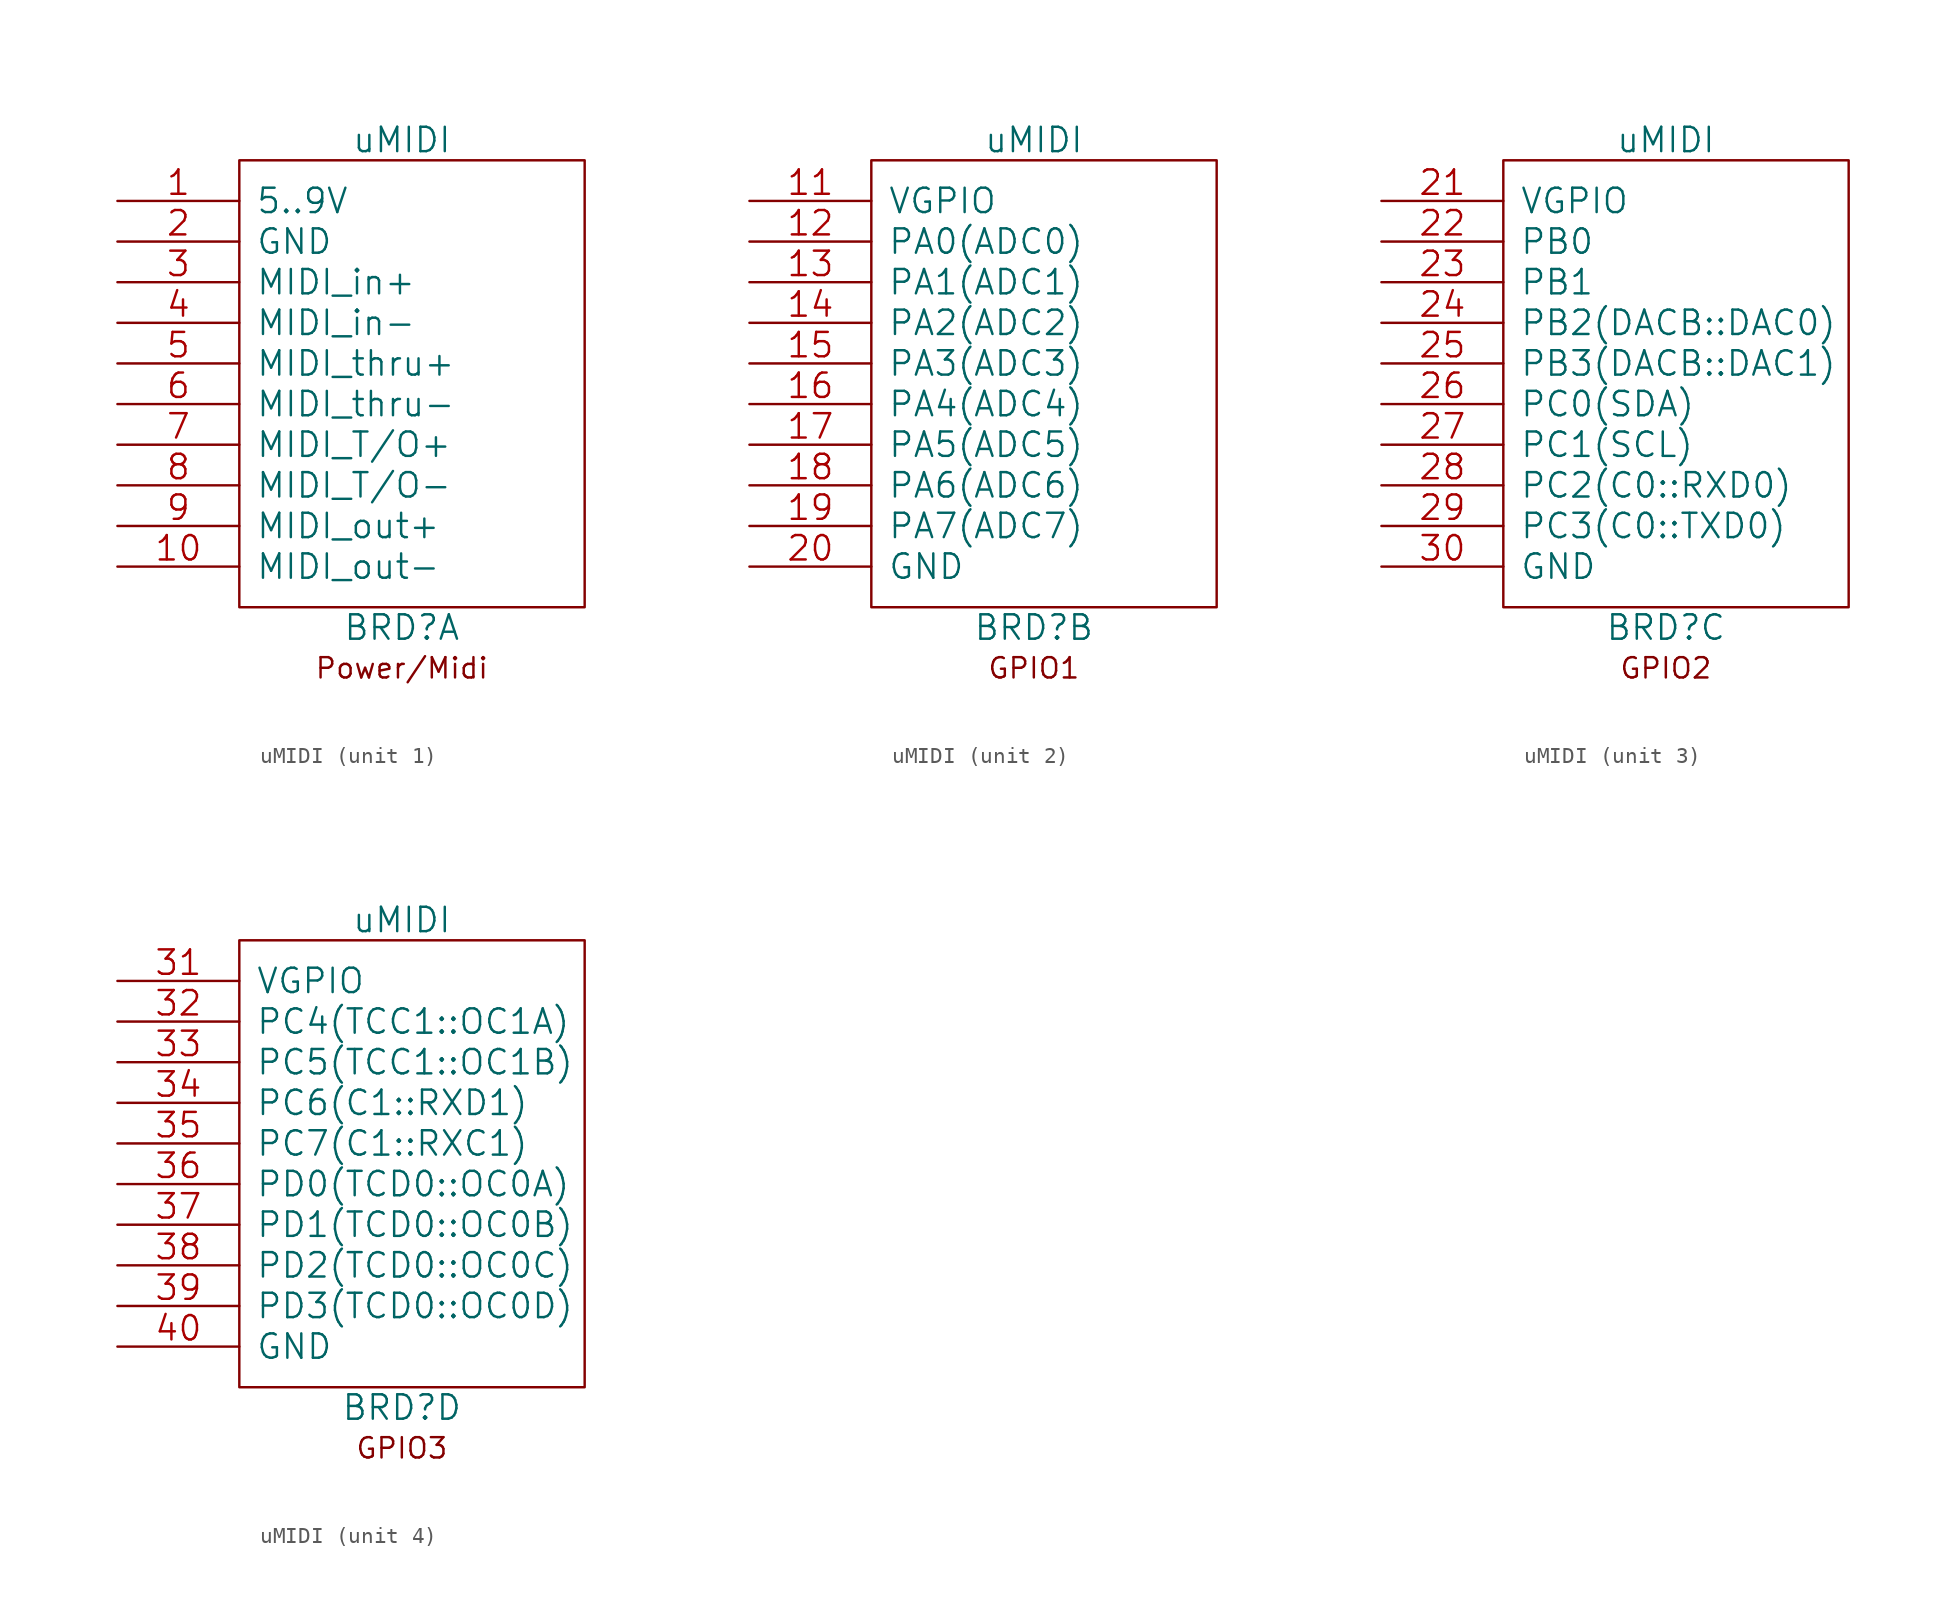
<source format=kicad_sym>
(kicad_symbol_lib
  (version 20220914)
  (generator kicad_symbol_editor)
  (symbol "uMIDI"
    (pin_names
      (offset 1.016))
    (property "Reference" "BRD"
      (at 0 -15.24 0)
      (effects (font (size 1.524 1.524))))
    (property "Value" "uMIDI"
      (at 0 15.24 0)
      (effects (font (size 1.524 1.524))))
    (property "Footprint" ""
      (at -5.08 0 0)
      (effects (font (size 1.524 1.524))))
    (property "Datasheet" ""
      (at -5.08 0 0)
      (effects (font (size 1.524 1.524))))
    (property "ki_locked" ""
      (at 0 0 0)
      (effects (font (size 1.27 1.27))))
    (symbol "uMIDI_0_1"
      (rectangle (start -10.16 13.97) (end 11.43 -13.97) (stroke (width 0) (type solid)) (fill (type none))))
    (symbol "uMIDI_1_1"
      (text "Power/Midi" (at 0 -17.78 0) (effects (font (size 1.27 1.27))))
      (pin power_in line (at -17.78 11.43 0) (length 7.62) (name "5..9V" (effects (font (size 1.524 1.524)))) (number "1" (effects (font (size 1.524 1.524)))))
      (pin input line (at -17.78 -11.43 0) (length 7.62) (name "MIDI_out-" (effects (font (size 1.524 1.524)))) (number "10" (effects (font (size 1.524 1.524)))))
      (pin power_in line (at -17.78 8.89 0) (length 7.62) (name "GND" (effects (font (size 1.524 1.524)))) (number "2" (effects (font (size 1.524 1.524)))))
      (pin input line (at -17.78 6.35 0) (length 7.62) (name "MIDI_in+" (effects (font (size 1.524 1.524)))) (number "3" (effects (font (size 1.524 1.524)))))
      (pin output line (at -17.78 3.81 0) (length 7.62) (name "MIDI_in-" (effects (font (size 1.524 1.524)))) (number "4" (effects (font (size 1.524 1.524)))))
      (pin output line (at -17.78 1.27 0) (length 7.62) (name "MIDI_thru+" (effects (font (size 1.524 1.524)))) (number "5" (effects (font (size 1.524 1.524)))))
      (pin input line (at -17.78 -1.27 0) (length 7.62) (name "MIDI_thru-" (effects (font (size 1.524 1.524)))) (number "6" (effects (font (size 1.524 1.524)))))
      (pin output line (at -17.78 -3.81 0) (length 7.62) (name "MIDI_T/O+" (effects (font (size 1.524 1.524)))) (number "7" (effects (font (size 1.524 1.524)))))
      (pin input line (at -17.78 -6.35 0) (length 7.62) (name "MIDI_T/O-" (effects (font (size 1.524 1.524)))) (number "8" (effects (font (size 1.524 1.524)))))
      (pin output line (at -17.78 -8.89 0) (length 7.62) (name "MIDI_out+" (effects (font (size 1.524 1.524)))) (number "9" (effects (font (size 1.524 1.524))))))
    (symbol "uMIDI_2_1"
      (text "GPIO1" (at 0 -17.78 0) (effects (font (size 1.27 1.27))))
      (pin power_out line (at -17.78 11.43 0) (length 7.62) (name "VGPIO" (effects (font (size 1.524 1.524)))) (number "11" (effects (font (size 1.524 1.524)))))
      (pin bidirectional line (at -17.78 8.89 0) (length 7.62) (name "PA0(ADC0)" (effects (font (size 1.524 1.524)))) (number "12" (effects (font (size 1.524 1.524)))))
      (pin bidirectional line (at -17.78 6.35 0) (length 7.62) (name "PA1(ADC1)" (effects (font (size 1.524 1.524)))) (number "13" (effects (font (size 1.524 1.524)))))
      (pin bidirectional line (at -17.78 3.81 0) (length 7.62) (name "PA2(ADC2)" (effects (font (size 1.524 1.524)))) (number "14" (effects (font (size 1.524 1.524)))))
      (pin bidirectional line (at -17.78 1.27 0) (length 7.62) (name "PA3(ADC3)" (effects (font (size 1.524 1.524)))) (number "15" (effects (font (size 1.524 1.524)))))
      (pin bidirectional line (at -17.78 -1.27 0) (length 7.62) (name "PA4(ADC4)" (effects (font (size 1.524 1.524)))) (number "16" (effects (font (size 1.524 1.524)))))
      (pin bidirectional line (at -17.78 -3.81 0) (length 7.62) (name "PA5(ADC5)" (effects (font (size 1.524 1.524)))) (number "17" (effects (font (size 1.524 1.524)))))
      (pin bidirectional line (at -17.78 -6.35 0) (length 7.62) (name "PA6(ADC6)" (effects (font (size 1.524 1.524)))) (number "18" (effects (font (size 1.524 1.524)))))
      (pin bidirectional line (at -17.78 -8.89 0) (length 7.62) (name "PA7(ADC7)" (effects (font (size 1.524 1.524)))) (number "19" (effects (font (size 1.524 1.524)))))
      (pin power_out line (at -17.78 -11.43 0) (length 7.62) (name "GND" (effects (font (size 1.524 1.524)))) (number "20" (effects (font (size 1.524 1.524))))))
    (symbol "uMIDI_3_1"
      (text "GPIO2" (at 0 -17.78 0) (effects (font (size 1.27 1.27))))
      (pin power_out line (at -17.78 11.43 0) (length 7.62) (name "VGPIO" (effects (font (size 1.524 1.524)))) (number "21" (effects (font (size 1.524 1.524)))))
      (pin bidirectional line (at -17.78 8.89 0) (length 7.62) (name "PB0" (effects (font (size 1.524 1.524)))) (number "22" (effects (font (size 1.524 1.524)))))
      (pin bidirectional line (at -17.78 6.35 0) (length 7.62) (name "PB1" (effects (font (size 1.524 1.524)))) (number "23" (effects (font (size 1.524 1.524)))))
      (pin bidirectional line (at -17.78 3.81 0) (length 7.62) (name "PB2(DACB::DAC0)" (effects (font (size 1.524 1.524)))) (number "24" (effects (font (size 1.524 1.524)))))
      (pin bidirectional line (at -17.78 1.27 0) (length 7.62) (name "PB3(DACB::DAC1)" (effects (font (size 1.524 1.524)))) (number "25" (effects (font (size 1.524 1.524)))))
      (pin bidirectional line (at -17.78 -1.27 0) (length 7.62) (name "PC0(SDA)" (effects (font (size 1.524 1.524)))) (number "26" (effects (font (size 1.524 1.524)))))
      (pin bidirectional line (at -17.78 -3.81 0) (length 7.62) (name "PC1(SCL)" (effects (font (size 1.524 1.524)))) (number "27" (effects (font (size 1.524 1.524)))))
      (pin bidirectional line (at -17.78 -6.35 0) (length 7.62) (name "PC2(C0::RXD0)" (effects (font (size 1.524 1.524)))) (number "28" (effects (font (size 1.524 1.524)))))
      (pin bidirectional line (at -17.78 -8.89 0) (length 7.62) (name "PC3(C0::TXD0)" (effects (font (size 1.524 1.524)))) (number "29" (effects (font (size 1.524 1.524)))))
      (pin power_out line (at -17.78 -11.43 0) (length 7.62) (name "GND" (effects (font (size 1.524 1.524)))) (number "30" (effects (font (size 1.524 1.524))))))
    (symbol "uMIDI_4_1"
      (text "GPIO3" (at 0 -17.78 0) (effects (font (size 1.27 1.27))))
      (pin power_out line (at -17.78 11.43 0) (length 7.62) (name "VGPIO" (effects (font (size 1.524 1.524)))) (number "31" (effects (font (size 1.524 1.524)))))
      (pin bidirectional line (at -17.78 8.89 0) (length 7.62) (name "PC4(TCC1::OC1A)" (effects (font (size 1.524 1.524)))) (number "32" (effects (font (size 1.524 1.524)))))
      (pin bidirectional line (at -17.78 6.35 0) (length 7.62) (name "PC5(TCC1::OC1B)" (effects (font (size 1.524 1.524)))) (number "33" (effects (font (size 1.524 1.524)))))
      (pin bidirectional line (at -17.78 3.81 0) (length 7.62) (name "PC6(C1::RXD1)" (effects (font (size 1.524 1.524)))) (number "34" (effects (font (size 1.524 1.524)))))
      (pin bidirectional line (at -17.78 1.27 0) (length 7.62) (name "PC7(C1::RXC1)" (effects (font (size 1.524 1.524)))) (number "35" (effects (font (size 1.524 1.524)))))
      (pin bidirectional line (at -17.78 -1.27 0) (length 7.62) (name "PD0(TCD0::OC0A)" (effects (font (size 1.524 1.524)))) (number "36" (effects (font (size 1.524 1.524)))))
      (pin bidirectional line (at -17.78 -3.81 0) (length 7.62) (name "PD1(TCD0::OC0B)" (effects (font (size 1.524 1.524)))) (number "37" (effects (font (size 1.524 1.524)))))
      (pin bidirectional line (at -17.78 -6.35 0) (length 7.62) (name "PD2(TCD0::OC0C)" (effects (font (size 1.524 1.524)))) (number "38" (effects (font (size 1.524 1.524)))))
      (pin bidirectional line (at -17.78 -8.89 0) (length 7.62) (name "PD3(TCD0::OC0D)" (effects (font (size 1.524 1.524)))) (number "39" (effects (font (size 1.524 1.524)))))
      (pin power_out line (at -17.78 -11.43 0) (length 7.62) (name "GND" (effects (font (size 1.524 1.524)))) (number "40" (effects (font (size 1.524 1.524))))))))
</source>
